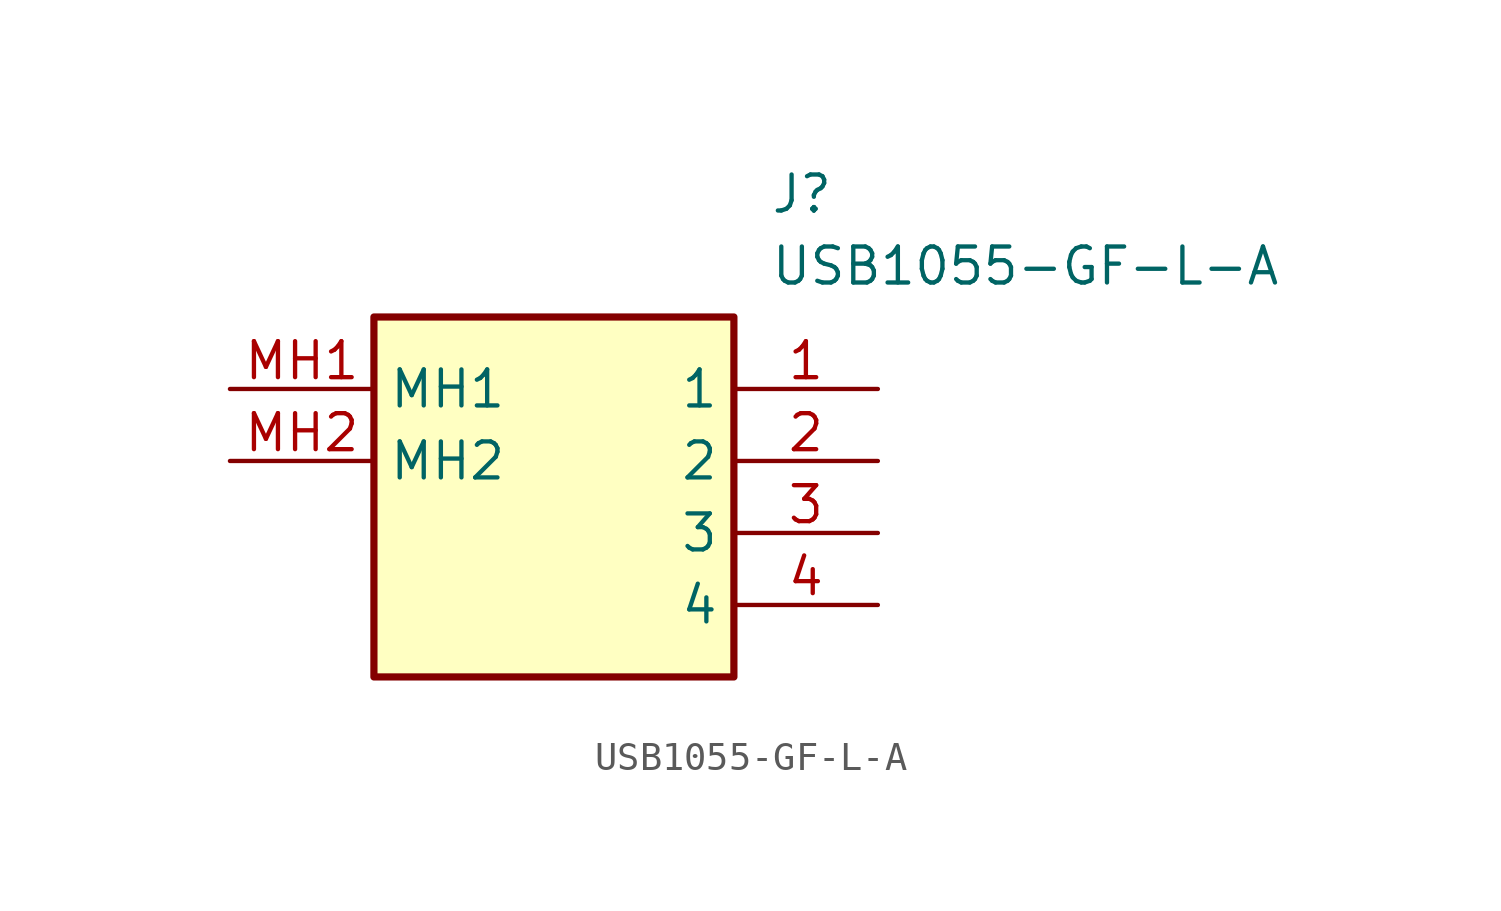
<source format=kicad_sym>
(kicad_symbol_lib
  (version 20211014)
  (generator SamacSys_ECAD_Model)
  (symbol "USB1055-GF-L-A"
    (property "Reference" "J"
      (at 19.05 7.62 0)
      (effects (font (size 1.27 1.27)) (justify left top)))
    (property "Value" "USB1055-GF-L-A"
      (at 19.05 5.08 0)
      (effects (font (size 1.27 1.27)) (justify left top)))
    (rectangle
      (start 5.08 2.54)
      (end 17.78 -10.16)
      (stroke (width 0.254) (type default))
      (fill (type background)))
    (pin passive line
      (at 22.86 0 180)
      (length 5.08)
      (name "1" (effects (font (size 1.27 1.27))))
      (number "1" (effects (font (size 1.27 1.27)))))
    (pin passive line
      (at 22.86 -2.54 180)
      (length 5.08)
      (name "2" (effects (font (size 1.27 1.27))))
      (number "2" (effects (font (size 1.27 1.27)))))
    (pin passive line
      (at 22.86 -5.08 180)
      (length 5.08)
      (name "3" (effects (font (size 1.27 1.27))))
      (number "3" (effects (font (size 1.27 1.27)))))
    (pin passive line
      (at 22.86 -7.62 180)
      (length 5.08)
      (name "4" (effects (font (size 1.27 1.27))))
      (number "4" (effects (font (size 1.27 1.27)))))
    (pin passive line
      (at 0 0 0)
      (length 5.08)
      (name "MH1" (effects (font (size 1.27 1.27))))
      (number "MH1" (effects (font (size 1.27 1.27)))))
    (pin passive line
      (at 0 -2.54 0)
      (length 5.08)
      (name "MH2" (effects (font (size 1.27 1.27))))
      (number "MH2" (effects (font (size 1.27 1.27)))))))
</source>
